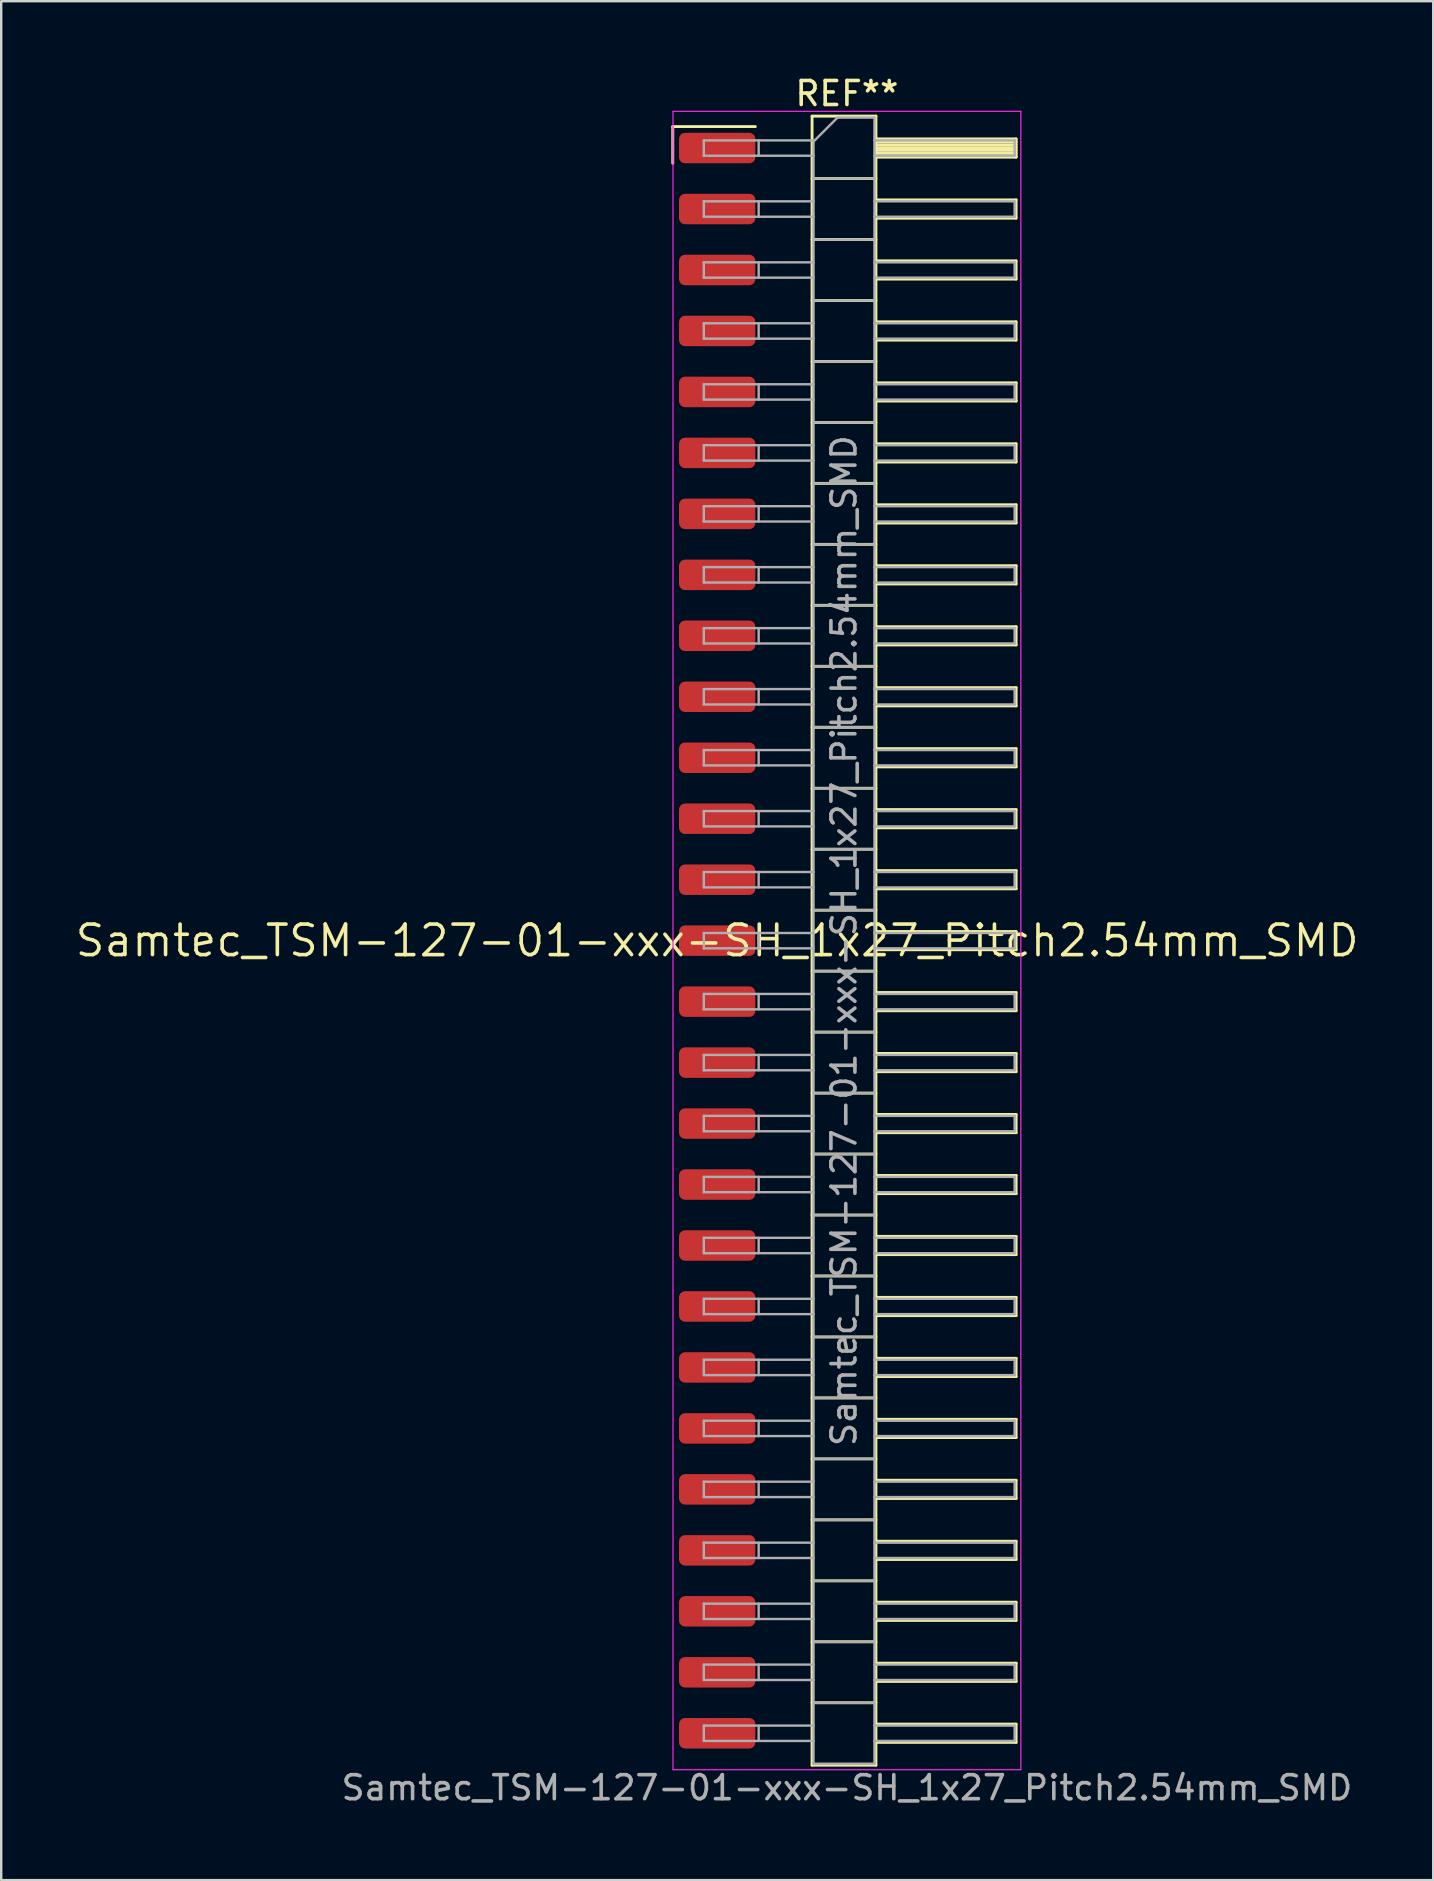
<source format=kicad_pcb>
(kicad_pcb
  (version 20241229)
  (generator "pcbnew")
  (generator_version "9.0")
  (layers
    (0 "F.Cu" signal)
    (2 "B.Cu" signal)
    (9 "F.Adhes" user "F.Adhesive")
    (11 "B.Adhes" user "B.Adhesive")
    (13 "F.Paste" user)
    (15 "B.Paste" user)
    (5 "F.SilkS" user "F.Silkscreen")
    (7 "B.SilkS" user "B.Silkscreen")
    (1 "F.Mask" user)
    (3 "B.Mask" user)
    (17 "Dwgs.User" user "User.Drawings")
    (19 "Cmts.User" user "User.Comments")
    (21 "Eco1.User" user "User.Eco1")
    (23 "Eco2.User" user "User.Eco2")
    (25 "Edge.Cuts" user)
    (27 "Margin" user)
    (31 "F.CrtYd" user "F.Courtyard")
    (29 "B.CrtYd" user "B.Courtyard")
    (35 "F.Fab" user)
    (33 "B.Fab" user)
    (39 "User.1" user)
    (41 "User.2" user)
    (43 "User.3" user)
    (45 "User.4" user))
  (footprint "Samtec_TSM-127-01-xxx-SH_1x27_Pitch2.54mm_SMD"
    (layer "F.Cu")
    (at 26.828 36.138)
    (property "Reference" "Samtec_TSM-127-01-xxx-SH_1x27_Pitch2.54mm_SMD" (at 0 0 0) (layer "F.SilkS") (effects (font (size 1.27 1.27) (thickness 0.15))))
    (attr smd)
    (fp_line (start -1.85 -33.915) (end 1.59 -33.915) (stroke (width 0.12) (type solid)) (layer "F.SilkS"))
    (fp_line (start -1.85 -32.385) (end -1.85 -33.915) (stroke (width 0.12) (type solid)) (layer "F.SilkS"))
    (fp_line (start 3.953 -34.35) (end 6.613 -34.35) (stroke (width 0.12) (type solid)) (layer "F.SilkS"))
    (fp_line (start 3.953 -31.75) (end 6.613 -31.75) (stroke (width 0.12) (type solid)) (layer "F.SilkS"))
    (fp_line (start 3.953 -29.21) (end 6.613 -29.21) (stroke (width 0.12) (type solid)) (layer "F.SilkS"))
    (fp_line (start 3.953 -26.67) (end 6.613 -26.67) (stroke (width 0.12) (type solid)) (layer "F.SilkS"))
    (fp_line (start 3.953 -24.13) (end 6.613 -24.13) (stroke (width 0.12) (type solid)) (layer "F.SilkS"))
    (fp_line (start 3.953 -21.59) (end 6.613 -21.59) (stroke (width 0.12) (type solid)) (layer "F.SilkS"))
    (fp_line (start 3.953 -19.05) (end 6.613 -19.05) (stroke (width 0.12) (type solid)) (layer "F.SilkS"))
    (fp_line (start 3.953 -16.51) (end 6.613 -16.51) (stroke (width 0.12) (type solid)) (layer "F.SilkS"))
    (fp_line (start 3.953 -13.97) (end 6.613 -13.97) (stroke (width 0.12) (type solid)) (layer "F.SilkS"))
    (fp_line (start 3.953 -11.43) (end 6.613 -11.43) (stroke (width 0.12) (type solid)) (layer "F.SilkS"))
    (fp_line (start 3.953 -8.89) (end 6.613 -8.89) (stroke (width 0.12) (type solid)) (layer "F.SilkS"))
    (fp_line (start 3.953 -6.35) (end 6.613 -6.35) (stroke (width 0.12) (type solid)) (layer "F.SilkS"))
    (fp_line (start 3.953 -3.81) (end 6.613 -3.81) (stroke (width 0.12) (type solid)) (layer "F.SilkS"))
    (fp_line (start 3.953 -1.27) (end 6.613 -1.27) (stroke (width 0.12) (type solid)) (layer "F.SilkS"))
    (fp_line (start 3.953 1.27) (end 6.613 1.27) (stroke (width 0.12) (type solid)) (layer "F.SilkS"))
    (fp_line (start 3.953 3.81) (end 6.613 3.81) (stroke (width 0.12) (type solid)) (layer "F.SilkS"))
    (fp_line (start 3.953 6.35) (end 6.613 6.35) (stroke (width 0.12) (type solid)) (layer "F.SilkS"))
    (fp_line (start 3.953 8.89) (end 6.613 8.89) (stroke (width 0.12) (type solid)) (layer "F.SilkS"))
    (fp_line (start 3.953 11.43) (end 6.613 11.43) (stroke (width 0.12) (type solid)) (layer "F.SilkS"))
    (fp_line (start 3.953 13.97) (end 6.613 13.97) (stroke (width 0.12) (type solid)) (layer "F.SilkS"))
    (fp_line (start 3.953 16.51) (end 6.613 16.51) (stroke (width 0.12) (type solid)) (layer "F.SilkS"))
    (fp_line (start 3.953 19.05) (end 6.613 19.05) (stroke (width 0.12) (type solid)) (layer "F.SilkS"))
    (fp_line (start 3.953 21.59) (end 6.613 21.59) (stroke (width 0.12) (type solid)) (layer "F.SilkS"))
    (fp_line (start 3.953 24.13) (end 6.613 24.13) (stroke (width 0.12) (type solid)) (layer "F.SilkS"))
    (fp_line (start 3.953 26.67) (end 6.613 26.67) (stroke (width 0.12) (type solid)) (layer "F.SilkS"))
    (fp_line (start 3.953 29.21) (end 6.613 29.21) (stroke (width 0.12) (type solid)) (layer "F.SilkS"))
    (fp_line (start 3.953 31.75) (end 6.613 31.75) (stroke (width 0.12) (type solid)) (layer "F.SilkS"))
    (fp_line (start 3.953 34.35) (end 3.953 -34.35) (stroke (width 0.12) (type solid)) (layer "F.SilkS"))
    (fp_line (start 6.613 -34.35) (end 6.613 34.35) (stroke (width 0.12) (type solid)) (layer "F.SilkS"))
    (fp_line (start 6.613 -33.4) (end 12.453 -33.4) (stroke (width 0.12) (type solid)) (layer "F.SilkS"))
    (fp_line (start 6.613 -33.28) (end 12.453 -33.28) (stroke (width 0.12) (type solid)) (layer "F.SilkS"))
    (fp_line (start 6.613 -33.16) (end 12.453 -33.16) (stroke (width 0.12) (type solid)) (layer "F.SilkS"))
    (fp_line (start 6.613 -33.04) (end 12.453 -33.04) (stroke (width 0.12) (type solid)) (layer "F.SilkS"))
    (fp_line (start 6.613 -32.92) (end 12.453 -32.92) (stroke (width 0.12) (type solid)) (layer "F.SilkS"))
    (fp_line (start 6.613 -32.8) (end 12.453 -32.8) (stroke (width 0.12) (type solid)) (layer "F.SilkS"))
    (fp_line (start 6.613 -32.68) (end 12.453 -32.68) (stroke (width 0.12) (type solid)) (layer "F.SilkS"))
    (fp_line (start 6.613 -32.64) (end 12.453 -32.64) (stroke (width 0.12) (type solid)) (layer "F.SilkS"))
    (fp_line (start 6.613 -30.86) (end 12.453 -30.86) (stroke (width 0.12) (type solid)) (layer "F.SilkS"))
    (fp_line (start 6.613 -30.1) (end 12.453 -30.1) (stroke (width 0.12) (type solid)) (layer "F.SilkS"))
    (fp_line (start 6.613 -28.32) (end 12.453 -28.32) (stroke (width 0.12) (type solid)) (layer "F.SilkS"))
    (fp_line (start 6.613 -27.56) (end 12.453 -27.56) (stroke (width 0.12) (type solid)) (layer "F.SilkS"))
    (fp_line (start 6.613 -25.78) (end 12.453 -25.78) (stroke (width 0.12) (type solid)) (layer "F.SilkS"))
    (fp_line (start 6.613 -25.02) (end 12.453 -25.02) (stroke (width 0.12) (type solid)) (layer "F.SilkS"))
    (fp_line (start 6.613 -23.24) (end 12.453 -23.24) (stroke (width 0.12) (type solid)) (layer "F.SilkS"))
    (fp_line (start 6.613 -22.48) (end 12.453 -22.48) (stroke (width 0.12) (type solid)) (layer "F.SilkS"))
    (fp_line (start 6.613 -20.7) (end 12.453 -20.7) (stroke (width 0.12) (type solid)) (layer "F.SilkS"))
    (fp_line (start 6.613 -19.94) (end 12.453 -19.94) (stroke (width 0.12) (type solid)) (layer "F.SilkS"))
    (fp_line (start 6.613 -18.16) (end 12.453 -18.16) (stroke (width 0.12) (type solid)) (layer "F.SilkS"))
    (fp_line (start 6.613 -17.4) (end 12.453 -17.4) (stroke (width 0.12) (type solid)) (layer "F.SilkS"))
    (fp_line (start 6.613 -15.62) (end 12.453 -15.62) (stroke (width 0.12) (type solid)) (layer "F.SilkS"))
    (fp_line (start 6.613 -14.86) (end 12.453 -14.86) (stroke (width 0.12) (type solid)) (layer "F.SilkS"))
    (fp_line (start 6.613 -13.08) (end 12.453 -13.08) (stroke (width 0.12) (type solid)) (layer "F.SilkS"))
    (fp_line (start 6.613 -12.32) (end 12.453 -12.32) (stroke (width 0.12) (type solid)) (layer "F.SilkS"))
    (fp_line (start 6.613 -10.54) (end 12.453 -10.54) (stroke (width 0.12) (type solid)) (layer "F.SilkS"))
    (fp_line (start 6.613 -9.78) (end 12.453 -9.78) (stroke (width 0.12) (type solid)) (layer "F.SilkS"))
    (fp_line (start 6.613 -8) (end 12.453 -8) (stroke (width 0.12) (type solid)) (layer "F.SilkS"))
    (fp_line (start 6.613 -7.24) (end 12.453 -7.24) (stroke (width 0.12) (type solid)) (layer "F.SilkS"))
    (fp_line (start 6.613 -5.46) (end 12.453 -5.46) (stroke (width 0.12) (type solid)) (layer "F.SilkS"))
    (fp_line (start 6.613 -4.7) (end 12.453 -4.7) (stroke (width 0.12) (type solid)) (layer "F.SilkS"))
    (fp_line (start 6.613 -2.92) (end 12.453 -2.92) (stroke (width 0.12) (type solid)) (layer "F.SilkS"))
    (fp_line (start 6.613 -2.16) (end 12.453 -2.16) (stroke (width 0.12) (type solid)) (layer "F.SilkS"))
    (fp_line (start 6.613 -0.38) (end 12.453 -0.38) (stroke (width 0.12) (type solid)) (layer "F.SilkS"))
    (fp_line (start 6.613 0.38) (end 12.453 0.38) (stroke (width 0.12) (type solid)) (layer "F.SilkS"))
    (fp_line (start 6.613 2.16) (end 12.453 2.16) (stroke (width 0.12) (type solid)) (layer "F.SilkS"))
    (fp_line (start 6.613 2.92) (end 12.453 2.92) (stroke (width 0.12) (type solid)) (layer "F.SilkS"))
    (fp_line (start 6.613 4.7) (end 12.453 4.7) (stroke (width 0.12) (type solid)) (layer "F.SilkS"))
    (fp_line (start 6.613 5.46) (end 12.453 5.46) (stroke (width 0.12) (type solid)) (layer "F.SilkS"))
    (fp_line (start 6.613 7.24) (end 12.453 7.24) (stroke (width 0.12) (type solid)) (layer "F.SilkS"))
    (fp_line (start 6.613 8) (end 12.453 8) (stroke (width 0.12) (type solid)) (layer "F.SilkS"))
    (fp_line (start 6.613 9.78) (end 12.453 9.78) (stroke (width 0.12) (type solid)) (layer "F.SilkS"))
    (fp_line (start 6.613 10.54) (end 12.453 10.54) (stroke (width 0.12) (type solid)) (layer "F.SilkS"))
    (fp_line (start 6.613 12.32) (end 12.453 12.32) (stroke (width 0.12) (type solid)) (layer "F.SilkS"))
    (fp_line (start 6.613 13.08) (end 12.453 13.08) (stroke (width 0.12) (type solid)) (layer "F.SilkS"))
    (fp_line (start 6.613 14.86) (end 12.453 14.86) (stroke (width 0.12) (type solid)) (layer "F.SilkS"))
    (fp_line (start 6.613 15.62) (end 12.453 15.62) (stroke (width 0.12) (type solid)) (layer "F.SilkS"))
    (fp_line (start 6.613 17.4) (end 12.453 17.4) (stroke (width 0.12) (type solid)) (layer "F.SilkS"))
    (fp_line (start 6.613 18.16) (end 12.453 18.16) (stroke (width 0.12) (type solid)) (layer "F.SilkS"))
    (fp_line (start 6.613 19.94) (end 12.453 19.94) (stroke (width 0.12) (type solid)) (layer "F.SilkS"))
    (fp_line (start 6.613 20.7) (end 12.453 20.7) (stroke (width 0.12) (type solid)) (layer "F.SilkS"))
    (fp_line (start 6.613 22.48) (end 12.453 22.48) (stroke (width 0.12) (type solid)) (layer "F.SilkS"))
    (fp_line (start 6.613 23.24) (end 12.453 23.24) (stroke (width 0.12) (type solid)) (layer "F.SilkS"))
    (fp_line (start 6.613 25.02) (end 12.453 25.02) (stroke (width 0.12) (type solid)) (layer "F.SilkS"))
    (fp_line (start 6.613 25.78) (end 12.453 25.78) (stroke (width 0.12) (type solid)) (layer "F.SilkS"))
    (fp_line (start 6.613 27.56) (end 12.453 27.56) (stroke (width 0.12) (type solid)) (layer "F.SilkS"))
    (fp_line (start 6.613 28.32) (end 12.453 28.32) (stroke (width 0.12) (type solid)) (layer "F.SilkS"))
    (fp_line (start 6.613 30.1) (end 12.453 30.1) (stroke (width 0.12) (type solid)) (layer "F.SilkS"))
    (fp_line (start 6.613 30.86) (end 12.453 30.86) (stroke (width 0.12) (type solid)) (layer "F.SilkS"))
    (fp_line (start 6.613 32.64) (end 12.453 32.64) (stroke (width 0.12) (type solid)) (layer "F.SilkS"))
    (fp_line (start 6.613 33.4) (end 12.453 33.4) (stroke (width 0.12) (type solid)) (layer "F.SilkS"))
    (fp_line (start 6.613 34.35) (end 3.953 34.35) (stroke (width 0.12) (type solid)) (layer "F.SilkS"))
    (fp_line (start 12.453 -33.4) (end 12.453 -32.64) (stroke (width 0.12) (type solid)) (layer "F.SilkS"))
    (fp_line (start 12.453 -30.86) (end 12.453 -30.1) (stroke (width 0.12) (type solid)) (layer "F.SilkS"))
    (fp_line (start 12.453 -28.32) (end 12.453 -27.56) (stroke (width 0.12) (type solid)) (layer "F.SilkS"))
    (fp_line (start 12.453 -25.78) (end 12.453 -25.02) (stroke (width 0.12) (type solid)) (layer "F.SilkS"))
    (fp_line (start 12.453 -23.24) (end 12.453 -22.48) (stroke (width 0.12) (type solid)) (layer "F.SilkS"))
    (fp_line (start 12.453 -20.7) (end 12.453 -19.94) (stroke (width 0.12) (type solid)) (layer "F.SilkS"))
    (fp_line (start 12.453 -18.16) (end 12.453 -17.4) (stroke (width 0.12) (type solid)) (layer "F.SilkS"))
    (fp_line (start 12.453 -15.62) (end 12.453 -14.86) (stroke (width 0.12) (type solid)) (layer "F.SilkS"))
    (fp_line (start 12.453 -13.08) (end 12.453 -12.32) (stroke (width 0.12) (type solid)) (layer "F.SilkS"))
    (fp_line (start 12.453 -10.54) (end 12.453 -9.78) (stroke (width 0.12) (type solid)) (layer "F.SilkS"))
    (fp_line (start 12.453 -8) (end 12.453 -7.24) (stroke (width 0.12) (type solid)) (layer "F.SilkS"))
    (fp_line (start 12.453 -5.46) (end 12.453 -4.7) (stroke (width 0.12) (type solid)) (layer "F.SilkS"))
    (fp_line (start 12.453 -2.92) (end 12.453 -2.16) (stroke (width 0.12) (type solid)) (layer "F.SilkS"))
    (fp_line (start 12.453 -0.38) (end 12.453 0.38) (stroke (width 0.12) (type solid)) (layer "F.SilkS"))
    (fp_line (start 12.453 2.16) (end 12.453 2.92) (stroke (width 0.12) (type solid)) (layer "F.SilkS"))
    (fp_line (start 12.453 4.7) (end 12.453 5.46) (stroke (width 0.12) (type solid)) (layer "F.SilkS"))
    (fp_line (start 12.453 7.24) (end 12.453 8) (stroke (width 0.12) (type solid)) (layer "F.SilkS"))
    (fp_line (start 12.453 9.78) (end 12.453 10.54) (stroke (width 0.12) (type solid)) (layer "F.SilkS"))
    (fp_line (start 12.453 12.32) (end 12.453 13.08) (stroke (width 0.12) (type solid)) (layer "F.SilkS"))
    (fp_line (start 12.453 14.86) (end 12.453 15.62) (stroke (width 0.12) (type solid)) (layer "F.SilkS"))
    (fp_line (start 12.453 17.4) (end 12.453 18.16) (stroke (width 0.12) (type solid)) (layer "F.SilkS"))
    (fp_line (start 12.453 19.94) (end 12.453 20.7) (stroke (width 0.12) (type solid)) (layer "F.SilkS"))
    (fp_line (start 12.453 22.48) (end 12.453 23.24) (stroke (width 0.12) (type solid)) (layer "F.SilkS"))
    (fp_line (start 12.453 25.02) (end 12.453 25.78) (stroke (width 0.12) (type solid)) (layer "F.SilkS"))
    (fp_line (start 12.453 27.56) (end 12.453 28.32) (stroke (width 0.12) (type solid)) (layer "F.SilkS"))
    (fp_line (start 12.453 30.1) (end 12.453 30.86) (stroke (width 0.12) (type solid)) (layer "F.SilkS"))
    (fp_line (start 12.453 32.64) (end 12.453 33.4) (stroke (width 0.12) (type solid)) (layer "F.SilkS"))
    (fp_line (start -1.84 -34.55) (end 12.65 -34.55) (stroke (width 0.05) (type solid)) (layer "F.CrtYd"))
    (fp_line (start -1.84 34.54) (end -1.84 -34.55) (stroke (width 0.05) (type solid)) (layer "F.CrtYd"))
    (fp_line (start 12.65 -34.55) (end 12.65 34.54) (stroke (width 0.05) (type solid)) (layer "F.CrtYd"))
    (fp_line (start 12.65 34.54) (end -1.84 34.54) (stroke (width 0.05) (type solid)) (layer "F.CrtYd"))
    (fp_line (start -0.557 -33.34) (end -0.557 -32.7) (stroke (width 0.1) (type solid)) (layer "F.Fab"))
    (fp_line (start -0.557 -33.34) (end 4.013 -33.34) (stroke (width 0.1) (type solid)) (layer "F.Fab"))
    (fp_line (start -0.557 -32.7) (end 4.013 -32.7) (stroke (width 0.1) (type solid)) (layer "F.Fab"))
    (fp_line (start -0.557 -30.8) (end -0.557 -30.16) (stroke (width 0.1) (type solid)) (layer "F.Fab"))
    (fp_line (start -0.557 -30.8) (end 4.013 -30.8) (stroke (width 0.1) (type solid)) (layer "F.Fab"))
    (fp_line (start -0.557 -30.16) (end 4.013 -30.16) (stroke (width 0.1) (type solid)) (layer "F.Fab"))
    (fp_line (start -0.557 -28.26) (end -0.557 -27.62) (stroke (width 0.1) (type solid)) (layer "F.Fab"))
    (fp_line (start -0.557 -28.26) (end 4.013 -28.26) (stroke (width 0.1) (type solid)) (layer "F.Fab"))
    (fp_line (start -0.557 -27.62) (end 4.013 -27.62) (stroke (width 0.1) (type solid)) (layer "F.Fab"))
    (fp_line (start -0.557 -25.72) (end -0.557 -25.08) (stroke (width 0.1) (type solid)) (layer "F.Fab"))
    (fp_line (start -0.557 -25.72) (end 4.013 -25.72) (stroke (width 0.1) (type solid)) (layer "F.Fab"))
    (fp_line (start -0.557 -25.08) (end 4.013 -25.08) (stroke (width 0.1) (type solid)) (layer "F.Fab"))
    (fp_line (start -0.557 -23.18) (end -0.557 -22.54) (stroke (width 0.1) (type solid)) (layer "F.Fab"))
    (fp_line (start -0.557 -23.18) (end 4.013 -23.18) (stroke (width 0.1) (type solid)) (layer "F.Fab"))
    (fp_line (start -0.557 -22.54) (end 4.013 -22.54) (stroke (width 0.1) (type solid)) (layer "F.Fab"))
    (fp_line (start -0.557 -20.64) (end -0.557 -20) (stroke (width 0.1) (type solid)) (layer "F.Fab"))
    (fp_line (start -0.557 -20.64) (end 4.013 -20.64) (stroke (width 0.1) (type solid)) (layer "F.Fab"))
    (fp_line (start -0.557 -20) (end 4.013 -20) (stroke (width 0.1) (type solid)) (layer "F.Fab"))
    (fp_line (start -0.557 -18.1) (end -0.557 -17.46) (stroke (width 0.1) (type solid)) (layer "F.Fab"))
    (fp_line (start -0.557 -18.1) (end 4.013 -18.1) (stroke (width 0.1) (type solid)) (layer "F.Fab"))
    (fp_line (start -0.557 -17.46) (end 4.013 -17.46) (stroke (width 0.1) (type solid)) (layer "F.Fab"))
    (fp_line (start -0.557 -15.56) (end -0.557 -14.92) (stroke (width 0.1) (type solid)) (layer "F.Fab"))
    (fp_line (start -0.557 -15.56) (end 4.013 -15.56) (stroke (width 0.1) (type solid)) (layer "F.Fab"))
    (fp_line (start -0.557 -14.92) (end 4.013 -14.92) (stroke (width 0.1) (type solid)) (layer "F.Fab"))
    (fp_line (start -0.557 -13.02) (end -0.557 -12.38) (stroke (width 0.1) (type solid)) (layer "F.Fab"))
    (fp_line (start -0.557 -13.02) (end 4.013 -13.02) (stroke (width 0.1) (type solid)) (layer "F.Fab"))
    (fp_line (start -0.557 -12.38) (end 4.013 -12.38) (stroke (width 0.1) (type solid)) (layer "F.Fab"))
    (fp_line (start -0.557 -10.48) (end -0.557 -9.84) (stroke (width 0.1) (type solid)) (layer "F.Fab"))
    (fp_line (start -0.557 -10.48) (end 4.013 -10.48) (stroke (width 0.1) (type solid)) (layer "F.Fab"))
    (fp_line (start -0.557 -9.84) (end 4.013 -9.84) (stroke (width 0.1) (type solid)) (layer "F.Fab"))
    (fp_line (start -0.557 -7.94) (end -0.557 -7.3) (stroke (width 0.1) (type solid)) (layer "F.Fab"))
    (fp_line (start -0.557 -7.94) (end 4.013 -7.94) (stroke (width 0.1) (type solid)) (layer "F.Fab"))
    (fp_line (start -0.557 -7.3) (end 4.013 -7.3) (stroke (width 0.1) (type solid)) (layer "F.Fab"))
    (fp_line (start -0.557 -5.4) (end -0.557 -4.76) (stroke (width 0.1) (type solid)) (layer "F.Fab"))
    (fp_line (start -0.557 -5.4) (end 4.013 -5.4) (stroke (width 0.1) (type solid)) (layer "F.Fab"))
    (fp_line (start -0.557 -4.76) (end 4.013 -4.76) (stroke (width 0.1) (type solid)) (layer "F.Fab"))
    (fp_line (start -0.557 -2.86) (end -0.557 -2.22) (stroke (width 0.1) (type solid)) (layer "F.Fab"))
    (fp_line (start -0.557 -2.86) (end 4.013 -2.86) (stroke (width 0.1) (type solid)) (layer "F.Fab"))
    (fp_line (start -0.557 -2.22) (end 4.013 -2.22) (stroke (width 0.1) (type solid)) (layer "F.Fab"))
    (fp_line (start -0.557 -0.32) (end -0.557 0.32) (stroke (width 0.1) (type solid)) (layer "F.Fab"))
    (fp_line (start -0.557 -0.32) (end 4.013 -0.32) (stroke (width 0.1) (type solid)) (layer "F.Fab"))
    (fp_line (start -0.557 0.32) (end 4.013 0.32) (stroke (width 0.1) (type solid)) (layer "F.Fab"))
    (fp_line (start -0.557 2.22) (end -0.557 2.86) (stroke (width 0.1) (type solid)) (layer "F.Fab"))
    (fp_line (start -0.557 2.22) (end 4.013 2.22) (stroke (width 0.1) (type solid)) (layer "F.Fab"))
    (fp_line (start -0.557 2.86) (end 4.013 2.86) (stroke (width 0.1) (type solid)) (layer "F.Fab"))
    (fp_line (start -0.557 4.76) (end -0.557 5.4) (stroke (width 0.1) (type solid)) (layer "F.Fab"))
    (fp_line (start -0.557 4.76) (end 4.013 4.76) (stroke (width 0.1) (type solid)) (layer "F.Fab"))
    (fp_line (start -0.557 5.4) (end 4.013 5.4) (stroke (width 0.1) (type solid)) (layer "F.Fab"))
    (fp_line (start -0.557 7.3) (end -0.557 7.94) (stroke (width 0.1) (type solid)) (layer "F.Fab"))
    (fp_line (start -0.557 7.3) (end 4.013 7.3) (stroke (width 0.1) (type solid)) (layer "F.Fab"))
    (fp_line (start -0.557 7.94) (end 4.013 7.94) (stroke (width 0.1) (type solid)) (layer "F.Fab"))
    (fp_line (start -0.557 9.84) (end -0.557 10.48) (stroke (width 0.1) (type solid)) (layer "F.Fab"))
    (fp_line (start -0.557 9.84) (end 4.013 9.84) (stroke (width 0.1) (type solid)) (layer "F.Fab"))
    (fp_line (start -0.557 10.48) (end 4.013 10.48) (stroke (width 0.1) (type solid)) (layer "F.Fab"))
    (fp_line (start -0.557 12.38) (end -0.557 13.02) (stroke (width 0.1) (type solid)) (layer "F.Fab"))
    (fp_line (start -0.557 12.38) (end 4.013 12.38) (stroke (width 0.1) (type solid)) (layer "F.Fab"))
    (fp_line (start -0.557 13.02) (end 4.013 13.02) (stroke (width 0.1) (type solid)) (layer "F.Fab"))
    (fp_line (start -0.557 14.92) (end -0.557 15.56) (stroke (width 0.1) (type solid)) (layer "F.Fab"))
    (fp_line (start -0.557 14.92) (end 4.013 14.92) (stroke (width 0.1) (type solid)) (layer "F.Fab"))
    (fp_line (start -0.557 15.56) (end 4.013 15.56) (stroke (width 0.1) (type solid)) (layer "F.Fab"))
    (fp_line (start -0.557 17.46) (end -0.557 18.1) (stroke (width 0.1) (type solid)) (layer "F.Fab"))
    (fp_line (start -0.557 17.46) (end 4.013 17.46) (stroke (width 0.1) (type solid)) (layer "F.Fab"))
    (fp_line (start -0.557 18.1) (end 4.013 18.1) (stroke (width 0.1) (type solid)) (layer "F.Fab"))
    (fp_line (start -0.557 20) (end -0.557 20.64) (stroke (width 0.1) (type solid)) (layer "F.Fab"))
    (fp_line (start -0.557 20) (end 4.013 20) (stroke (width 0.1) (type solid)) (layer "F.Fab"))
    (fp_line (start -0.557 20.64) (end 4.013 20.64) (stroke (width 0.1) (type solid)) (layer "F.Fab"))
    (fp_line (start -0.557 22.54) (end -0.557 23.18) (stroke (width 0.1) (type solid)) (layer "F.Fab"))
    (fp_line (start -0.557 22.54) (end 4.013 22.54) (stroke (width 0.1) (type solid)) (layer "F.Fab"))
    (fp_line (start -0.557 23.18) (end 4.013 23.18) (stroke (width 0.1) (type solid)) (layer "F.Fab"))
    (fp_line (start -0.557 25.08) (end -0.557 25.72) (stroke (width 0.1) (type solid)) (layer "F.Fab"))
    (fp_line (start -0.557 25.08) (end 4.013 25.08) (stroke (width 0.1) (type solid)) (layer "F.Fab"))
    (fp_line (start -0.557 25.72) (end 4.013 25.72) (stroke (width 0.1) (type solid)) (layer "F.Fab"))
    (fp_line (start -0.557 27.62) (end -0.557 28.26) (stroke (width 0.1) (type solid)) (layer "F.Fab"))
    (fp_line (start -0.557 27.62) (end 4.013 27.62) (stroke (width 0.1) (type solid)) (layer "F.Fab"))
    (fp_line (start -0.557 28.26) (end 4.013 28.26) (stroke (width 0.1) (type solid)) (layer "F.Fab"))
    (fp_line (start -0.557 30.16) (end -0.557 30.8) (stroke (width 0.1) (type solid)) (layer "F.Fab"))
    (fp_line (start -0.557 30.16) (end 4.013 30.16) (stroke (width 0.1) (type solid)) (layer "F.Fab"))
    (fp_line (start -0.557 30.8) (end 4.013 30.8) (stroke (width 0.1) (type solid)) (layer "F.Fab"))
    (fp_line (start -0.557 32.7) (end -0.557 33.34) (stroke (width 0.1) (type solid)) (layer "F.Fab"))
    (fp_line (start -0.557 32.7) (end 4.013 32.7) (stroke (width 0.1) (type solid)) (layer "F.Fab"))
    (fp_line (start -0.557 33.34) (end 4.013 33.34) (stroke (width 0.1) (type solid)) (layer "F.Fab"))
    (fp_line (start 1.728 -33.34) (end 1.728 -32.7) (stroke (width 0.1) (type solid)) (layer "F.Fab"))
    (fp_line (start 1.728 -30.8) (end 1.728 -30.16) (stroke (width 0.1) (type solid)) (layer "F.Fab"))
    (fp_line (start 1.728 -28.26) (end 1.728 -27.62) (stroke (width 0.1) (type solid)) (layer "F.Fab"))
    (fp_line (start 1.728 -25.72) (end 1.728 -25.08) (stroke (width 0.1) (type solid)) (layer "F.Fab"))
    (fp_line (start 1.728 -23.18) (end 1.728 -22.54) (stroke (width 0.1) (type solid)) (layer "F.Fab"))
    (fp_line (start 1.728 -20.64) (end 1.728 -20) (stroke (width 0.1) (type solid)) (layer "F.Fab"))
    (fp_line (start 1.728 -18.1) (end 1.728 -17.46) (stroke (width 0.1) (type solid)) (layer "F.Fab"))
    (fp_line (start 1.728 -15.56) (end 1.728 -14.92) (stroke (width 0.1) (type solid)) (layer "F.Fab"))
    (fp_line (start 1.728 -13.02) (end 1.728 -12.38) (stroke (width 0.1) (type solid)) (layer "F.Fab"))
    (fp_line (start 1.728 -10.48) (end 1.728 -9.84) (stroke (width 0.1) (type solid)) (layer "F.Fab"))
    (fp_line (start 1.728 -7.94) (end 1.728 -7.3) (stroke (width 0.1) (type solid)) (layer "F.Fab"))
    (fp_line (start 1.728 -5.4) (end 1.728 -4.76) (stroke (width 0.1) (type solid)) (layer "F.Fab"))
    (fp_line (start 1.728 -2.86) (end 1.728 -2.22) (stroke (width 0.1) (type solid)) (layer "F.Fab"))
    (fp_line (start 1.728 -0.32) (end 1.728 0.32) (stroke (width 0.1) (type solid)) (layer "F.Fab"))
    (fp_line (start 1.728 2.22) (end 1.728 2.86) (stroke (width 0.1) (type solid)) (layer "F.Fab"))
    (fp_line (start 1.728 4.76) (end 1.728 5.4) (stroke (width 0.1) (type solid)) (layer "F.Fab"))
    (fp_line (start 1.728 7.3) (end 1.728 7.94) (stroke (width 0.1) (type solid)) (layer "F.Fab"))
    (fp_line (start 1.728 9.84) (end 1.728 10.48) (stroke (width 0.1) (type solid)) (layer "F.Fab"))
    (fp_line (start 1.728 12.38) (end 1.728 13.02) (stroke (width 0.1) (type solid)) (layer "F.Fab"))
    (fp_line (start 1.728 14.92) (end 1.728 15.56) (stroke (width 0.1) (type solid)) (layer "F.Fab"))
    (fp_line (start 1.728 17.46) (end 1.728 18.1) (stroke (width 0.1) (type solid)) (layer "F.Fab"))
    (fp_line (start 1.728 20) (end 1.728 20.64) (stroke (width 0.1) (type solid)) (layer "F.Fab"))
    (fp_line (start 1.728 22.54) (end 1.728 23.18) (stroke (width 0.1) (type solid)) (layer "F.Fab"))
    (fp_line (start 1.728 25.08) (end 1.728 25.72) (stroke (width 0.1) (type solid)) (layer "F.Fab"))
    (fp_line (start 1.728 27.62) (end 1.728 28.26) (stroke (width 0.1) (type solid)) (layer "F.Fab"))
    (fp_line (start 1.728 30.16) (end 1.728 30.8) (stroke (width 0.1) (type solid)) (layer "F.Fab"))
    (fp_line (start 1.728 32.7) (end 1.728 33.34) (stroke (width 0.1) (type solid)) (layer "F.Fab"))
    (fp_line (start 4.013 -33.29) (end 5.013 -34.29) (stroke (width 0.1) (type solid)) (layer "F.Fab"))
    (fp_line (start 4.013 -31.75) (end 6.553 -31.75) (stroke (width 0.1) (type solid)) (layer "F.Fab"))
    (fp_line (start 4.013 -29.21) (end 6.553 -29.21) (stroke (width 0.1) (type solid)) (layer "F.Fab"))
    (fp_line (start 4.013 -26.67) (end 6.553 -26.67) (stroke (width 0.1) (type solid)) (layer "F.Fab"))
    (fp_line (start 4.013 -24.13) (end 6.553 -24.13) (stroke (width 0.1) (type solid)) (layer "F.Fab"))
    (fp_line (start 4.013 -21.59) (end 6.553 -21.59) (stroke (width 0.1) (type solid)) (layer "F.Fab"))
    (fp_line (start 4.013 -19.05) (end 6.553 -19.05) (stroke (width 0.1) (type solid)) (layer "F.Fab"))
    (fp_line (start 4.013 -16.51) (end 6.553 -16.51) (stroke (width 0.1) (type solid)) (layer "F.Fab"))
    (fp_line (start 4.013 -13.97) (end 6.553 -13.97) (stroke (width 0.1) (type solid)) (layer "F.Fab"))
    (fp_line (start 4.013 -11.43) (end 6.553 -11.43) (stroke (width 0.1) (type solid)) (layer "F.Fab"))
    (fp_line (start 4.013 -8.89) (end 6.553 -8.89) (stroke (width 0.1) (type solid)) (layer "F.Fab"))
    (fp_line (start 4.013 -6.35) (end 6.553 -6.35) (stroke (width 0.1) (type solid)) (layer "F.Fab"))
    (fp_line (start 4.013 -3.81) (end 6.553 -3.81) (stroke (width 0.1) (type solid)) (layer "F.Fab"))
    (fp_line (start 4.013 -1.27) (end 6.553 -1.27) (stroke (width 0.1) (type solid)) (layer "F.Fab"))
    (fp_line (start 4.013 1.27) (end 6.553 1.27) (stroke (width 0.1) (type solid)) (layer "F.Fab"))
    (fp_line (start 4.013 3.81) (end 6.553 3.81) (stroke (width 0.1) (type solid)) (layer "F.Fab"))
    (fp_line (start 4.013 6.35) (end 6.553 6.35) (stroke (width 0.1) (type solid)) (layer "F.Fab"))
    (fp_line (start 4.013 8.89) (end 6.553 8.89) (stroke (width 0.1) (type solid)) (layer "F.Fab"))
    (fp_line (start 4.013 11.43) (end 6.553 11.43) (stroke (width 0.1) (type solid)) (layer "F.Fab"))
    (fp_line (start 4.013 13.97) (end 6.553 13.97) (stroke (width 0.1) (type solid)) (layer "F.Fab"))
    (fp_line (start 4.013 16.51) (end 6.553 16.51) (stroke (width 0.1) (type solid)) (layer "F.Fab"))
    (fp_line (start 4.013 19.05) (end 6.553 19.05) (stroke (width 0.1) (type solid)) (layer "F.Fab"))
    (fp_line (start 4.013 21.59) (end 6.553 21.59) (stroke (width 0.1) (type solid)) (layer "F.Fab"))
    (fp_line (start 4.013 24.13) (end 6.553 24.13) (stroke (width 0.1) (type solid)) (layer "F.Fab"))
    (fp_line (start 4.013 26.67) (end 6.553 26.67) (stroke (width 0.1) (type solid)) (layer "F.Fab"))
    (fp_line (start 4.013 29.21) (end 6.553 29.21) (stroke (width 0.1) (type solid)) (layer "F.Fab"))
    (fp_line (start 4.013 31.75) (end 6.553 31.75) (stroke (width 0.1) (type solid)) (layer "F.Fab"))
    (fp_line (start 4.013 34.29) (end 4.013 -33.29) (stroke (width 0.1) (type solid)) (layer "F.Fab"))
    (fp_line (start 5.013 -34.29) (end 6.553 -34.29) (stroke (width 0.1) (type solid)) (layer "F.Fab"))
    (fp_line (start 6.553 -34.29) (end 6.553 34.29) (stroke (width 0.1) (type solid)) (layer "F.Fab"))
    (fp_line (start 6.553 -33.34) (end 12.393 -33.34) (stroke (width 0.1) (type solid)) (layer "F.Fab"))
    (fp_line (start 6.553 -32.7) (end 12.393 -32.7) (stroke (width 0.1) (type solid)) (layer "F.Fab"))
    (fp_line (start 6.553 -30.8) (end 12.393 -30.8) (stroke (width 0.1) (type solid)) (layer "F.Fab"))
    (fp_line (start 6.553 -30.16) (end 12.393 -30.16) (stroke (width 0.1) (type solid)) (layer "F.Fab"))
    (fp_line (start 6.553 -28.26) (end 12.393 -28.26) (stroke (width 0.1) (type solid)) (layer "F.Fab"))
    (fp_line (start 6.553 -27.62) (end 12.393 -27.62) (stroke (width 0.1) (type solid)) (layer "F.Fab"))
    (fp_line (start 6.553 -25.72) (end 12.393 -25.72) (stroke (width 0.1) (type solid)) (layer "F.Fab"))
    (fp_line (start 6.553 -25.08) (end 12.393 -25.08) (stroke (width 0.1) (type solid)) (layer "F.Fab"))
    (fp_line (start 6.553 -23.18) (end 12.393 -23.18) (stroke (width 0.1) (type solid)) (layer "F.Fab"))
    (fp_line (start 6.553 -22.54) (end 12.393 -22.54) (stroke (width 0.1) (type solid)) (layer "F.Fab"))
    (fp_line (start 6.553 -20.64) (end 12.393 -20.64) (stroke (width 0.1) (type solid)) (layer "F.Fab"))
    (fp_line (start 6.553 -20) (end 12.393 -20) (stroke (width 0.1) (type solid)) (layer "F.Fab"))
    (fp_line (start 6.553 -18.1) (end 12.393 -18.1) (stroke (width 0.1) (type solid)) (layer "F.Fab"))
    (fp_line (start 6.553 -17.46) (end 12.393 -17.46) (stroke (width 0.1) (type solid)) (layer "F.Fab"))
    (fp_line (start 6.553 -15.56) (end 12.393 -15.56) (stroke (width 0.1) (type solid)) (layer "F.Fab"))
    (fp_line (start 6.553 -14.92) (end 12.393 -14.92) (stroke (width 0.1) (type solid)) (layer "F.Fab"))
    (fp_line (start 6.553 -13.02) (end 12.393 -13.02) (stroke (width 0.1) (type solid)) (layer "F.Fab"))
    (fp_line (start 6.553 -12.38) (end 12.393 -12.38) (stroke (width 0.1) (type solid)) (layer "F.Fab"))
    (fp_line (start 6.553 -10.48) (end 12.393 -10.48) (stroke (width 0.1) (type solid)) (layer "F.Fab"))
    (fp_line (start 6.553 -9.84) (end 12.393 -9.84) (stroke (width 0.1) (type solid)) (layer "F.Fab"))
    (fp_line (start 6.553 -7.94) (end 12.393 -7.94) (stroke (width 0.1) (type solid)) (layer "F.Fab"))
    (fp_line (start 6.553 -7.3) (end 12.393 -7.3) (stroke (width 0.1) (type solid)) (layer "F.Fab"))
    (fp_line (start 6.553 -5.4) (end 12.393 -5.4) (stroke (width 0.1) (type solid)) (layer "F.Fab"))
    (fp_line (start 6.553 -4.76) (end 12.393 -4.76) (stroke (width 0.1) (type solid)) (layer "F.Fab"))
    (fp_line (start 6.553 -2.86) (end 12.393 -2.86) (stroke (width 0.1) (type solid)) (layer "F.Fab"))
    (fp_line (start 6.553 -2.22) (end 12.393 -2.22) (stroke (width 0.1) (type solid)) (layer "F.Fab"))
    (fp_line (start 6.553 -0.32) (end 12.393 -0.32) (stroke (width 0.1) (type solid)) (layer "F.Fab"))
    (fp_line (start 6.553 0.32) (end 12.393 0.32) (stroke (width 0.1) (type solid)) (layer "F.Fab"))
    (fp_line (start 6.553 2.22) (end 12.393 2.22) (stroke (width 0.1) (type solid)) (layer "F.Fab"))
    (fp_line (start 6.553 2.86) (end 12.393 2.86) (stroke (width 0.1) (type solid)) (layer "F.Fab"))
    (fp_line (start 6.553 4.76) (end 12.393 4.76) (stroke (width 0.1) (type solid)) (layer "F.Fab"))
    (fp_line (start 6.553 5.4) (end 12.393 5.4) (stroke (width 0.1) (type solid)) (layer "F.Fab"))
    (fp_line (start 6.553 7.3) (end 12.393 7.3) (stroke (width 0.1) (type solid)) (layer "F.Fab"))
    (fp_line (start 6.553 7.94) (end 12.393 7.94) (stroke (width 0.1) (type solid)) (layer "F.Fab"))
    (fp_line (start 6.553 9.84) (end 12.393 9.84) (stroke (width 0.1) (type solid)) (layer "F.Fab"))
    (fp_line (start 6.553 10.48) (end 12.393 10.48) (stroke (width 0.1) (type solid)) (layer "F.Fab"))
    (fp_line (start 6.553 12.38) (end 12.393 12.38) (stroke (width 0.1) (type solid)) (layer "F.Fab"))
    (fp_line (start 6.553 13.02) (end 12.393 13.02) (stroke (width 0.1) (type solid)) (layer "F.Fab"))
    (fp_line (start 6.553 14.92) (end 12.393 14.92) (stroke (width 0.1) (type solid)) (layer "F.Fab"))
    (fp_line (start 6.553 15.56) (end 12.393 15.56) (stroke (width 0.1) (type solid)) (layer "F.Fab"))
    (fp_line (start 6.553 17.46) (end 12.393 17.46) (stroke (width 0.1) (type solid)) (layer "F.Fab"))
    (fp_line (start 6.553 18.1) (end 12.393 18.1) (stroke (width 0.1) (type solid)) (layer "F.Fab"))
    (fp_line (start 6.553 20) (end 12.393 20) (stroke (width 0.1) (type solid)) (layer "F.Fab"))
    (fp_line (start 6.553 20.64) (end 12.393 20.64) (stroke (width 0.1) (type solid)) (layer "F.Fab"))
    (fp_line (start 6.553 22.54) (end 12.393 22.54) (stroke (width 0.1) (type solid)) (layer "F.Fab"))
    (fp_line (start 6.553 23.18) (end 12.393 23.18) (stroke (width 0.1) (type solid)) (layer "F.Fab"))
    (fp_line (start 6.553 25.08) (end 12.393 25.08) (stroke (width 0.1) (type solid)) (layer "F.Fab"))
    (fp_line (start 6.553 25.72) (end 12.393 25.72) (stroke (width 0.1) (type solid)) (layer "F.Fab"))
    (fp_line (start 6.553 27.62) (end 12.393 27.62) (stroke (width 0.1) (type solid)) (layer "F.Fab"))
    (fp_line (start 6.553 28.26) (end 12.393 28.26) (stroke (width 0.1) (type solid)) (layer "F.Fab"))
    (fp_line (start 6.553 30.16) (end 12.393 30.16) (stroke (width 0.1) (type solid)) (layer "F.Fab"))
    (fp_line (start 6.553 30.8) (end 12.393 30.8) (stroke (width 0.1) (type solid)) (layer "F.Fab"))
    (fp_line (start 6.553 32.7) (end 12.393 32.7) (stroke (width 0.1) (type solid)) (layer "F.Fab"))
    (fp_line (start 6.553 33.34) (end 12.393 33.34) (stroke (width 0.1) (type solid)) (layer "F.Fab"))
    (fp_line (start 6.553 34.29) (end 4.013 34.29) (stroke (width 0.1) (type solid)) (layer "F.Fab"))
    (fp_line (start 12.393 -33.34) (end 12.393 -32.7) (stroke (width 0.1) (type solid)) (layer "F.Fab"))
    (fp_line (start 12.393 -30.8) (end 12.393 -30.16) (stroke (width 0.1) (type solid)) (layer "F.Fab"))
    (fp_line (start 12.393 -28.26) (end 12.393 -27.62) (stroke (width 0.1) (type solid)) (layer "F.Fab"))
    (fp_line (start 12.393 -25.72) (end 12.393 -25.08) (stroke (width 0.1) (type solid)) (layer "F.Fab"))
    (fp_line (start 12.393 -23.18) (end 12.393 -22.54) (stroke (width 0.1) (type solid)) (layer "F.Fab"))
    (fp_line (start 12.393 -20.64) (end 12.393 -20) (stroke (width 0.1) (type solid)) (layer "F.Fab"))
    (fp_line (start 12.393 -18.1) (end 12.393 -17.46) (stroke (width 0.1) (type solid)) (layer "F.Fab"))
    (fp_line (start 12.393 -15.56) (end 12.393 -14.92) (stroke (width 0.1) (type solid)) (layer "F.Fab"))
    (fp_line (start 12.393 -13.02) (end 12.393 -12.38) (stroke (width 0.1) (type solid)) (layer "F.Fab"))
    (fp_line (start 12.393 -10.48) (end 12.393 -9.84) (stroke (width 0.1) (type solid)) (layer "F.Fab"))
    (fp_line (start 12.393 -7.94) (end 12.393 -7.3) (stroke (width 0.1) (type solid)) (layer "F.Fab"))
    (fp_line (start 12.393 -5.4) (end 12.393 -4.76) (stroke (width 0.1) (type solid)) (layer "F.Fab"))
    (fp_line (start 12.393 -2.86) (end 12.393 -2.22) (stroke (width 0.1) (type solid)) (layer "F.Fab"))
    (fp_line (start 12.393 -0.32) (end 12.393 0.32) (stroke (width 0.1) (type solid)) (layer "F.Fab"))
    (fp_line (start 12.393 2.22) (end 12.393 2.86) (stroke (width 0.1) (type solid)) (layer "F.Fab"))
    (fp_line (start 12.393 4.76) (end 12.393 5.4) (stroke (width 0.1) (type solid)) (layer "F.Fab"))
    (fp_line (start 12.393 7.3) (end 12.393 7.94) (stroke (width 0.1) (type solid)) (layer "F.Fab"))
    (fp_line (start 12.393 9.84) (end 12.393 10.48) (stroke (width 0.1) (type solid)) (layer "F.Fab"))
    (fp_line (start 12.393 12.38) (end 12.393 13.02) (stroke (width 0.1) (type solid)) (layer "F.Fab"))
    (fp_line (start 12.393 14.92) (end 12.393 15.56) (stroke (width 0.1) (type solid)) (layer "F.Fab"))
    (fp_line (start 12.393 17.46) (end 12.393 18.1) (stroke (width 0.1) (type solid)) (layer "F.Fab"))
    (fp_line (start 12.393 20) (end 12.393 20.64) (stroke (width 0.1) (type solid)) (layer "F.Fab"))
    (fp_line (start 12.393 22.54) (end 12.393 23.18) (stroke (width 0.1) (type solid)) (layer "F.Fab"))
    (fp_line (start 12.393 25.08) (end 12.393 25.72) (stroke (width 0.1) (type solid)) (layer "F.Fab"))
    (fp_line (start 12.393 27.62) (end 12.393 28.26) (stroke (width 0.1) (type solid)) (layer "F.Fab"))
    (fp_line (start 12.393 30.16) (end 12.393 30.8) (stroke (width 0.1) (type solid)) (layer "F.Fab"))
    (fp_line (start 12.393 32.7) (end 12.393 33.34) (stroke (width 0.1) (type solid)) (layer "F.Fab"))
    (fp_text user "REF**" (at 5.405 -35.29 0) (layer "F.SilkS") (effects (font (size 1 1) (thickness 0.15))))
    (fp_text user "${REFERENCE}" (at 5.283 0 90) (layer "F.Fab") (effects (font (size 1 1) (thickness 0.15))))
    (fp_text user "Samtec_TSM-127-01-xxx-SH_1x27_Pitch2.54mm_SMD" (at 5.405 35.29 0) (layer "F.Fab") (effects (font (size 1 1) (thickness 0.15))))
    (pad "1" smd roundrect (at 0 -33.02) (size 3.18 1.27) (layers "F.Cu" "F.Mask" "F.Paste") (roundrect_rratio 0.197))
    (pad "2" smd roundrect (at 0 -30.48) (size 3.18 1.27) (layers "F.Cu" "F.Mask" "F.Paste") (roundrect_rratio 0.197))
    (pad "3" smd roundrect (at 0 -27.94) (size 3.18 1.27) (layers "F.Cu" "F.Mask" "F.Paste") (roundrect_rratio 0.197))
    (pad "4" smd roundrect (at 0 -25.4) (size 3.18 1.27) (layers "F.Cu" "F.Mask" "F.Paste") (roundrect_rratio 0.197))
    (pad "5" smd roundrect (at 0 -22.86) (size 3.18 1.27) (layers "F.Cu" "F.Mask" "F.Paste") (roundrect_rratio 0.197))
    (pad "6" smd roundrect (at 0 -20.32) (size 3.18 1.27) (layers "F.Cu" "F.Mask" "F.Paste") (roundrect_rratio 0.197))
    (pad "7" smd roundrect (at 0 -17.78) (size 3.18 1.27) (layers "F.Cu" "F.Mask" "F.Paste") (roundrect_rratio 0.197))
    (pad "8" smd roundrect (at 0 -15.24) (size 3.18 1.27) (layers "F.Cu" "F.Mask" "F.Paste") (roundrect_rratio 0.197))
    (pad "9" smd roundrect (at 0 -12.7) (size 3.18 1.27) (layers "F.Cu" "F.Mask" "F.Paste") (roundrect_rratio 0.197))
    (pad "10" smd roundrect (at 0 -10.16) (size 3.18 1.27) (layers "F.Cu" "F.Mask" "F.Paste") (roundrect_rratio 0.197))
    (pad "11" smd roundrect (at 0 -7.62) (size 3.18 1.27) (layers "F.Cu" "F.Mask" "F.Paste") (roundrect_rratio 0.197))
    (pad "12" smd roundrect (at 0 -5.08) (size 3.18 1.27) (layers "F.Cu" "F.Mask" "F.Paste") (roundrect_rratio 0.197))
    (pad "13" smd roundrect (at 0 -2.54) (size 3.18 1.27) (layers "F.Cu" "F.Mask" "F.Paste") (roundrect_rratio 0.197))
    (pad "14" smd roundrect (at 0 0) (size 3.18 1.27) (layers "F.Cu" "F.Mask" "F.Paste") (roundrect_rratio 0.197))
    (pad "15" smd roundrect (at 0 2.54) (size 3.18 1.27) (layers "F.Cu" "F.Mask" "F.Paste") (roundrect_rratio 0.197))
    (pad "16" smd roundrect (at 0 5.08) (size 3.18 1.27) (layers "F.Cu" "F.Mask" "F.Paste") (roundrect_rratio 0.197))
    (pad "17" smd roundrect (at 0 7.62) (size 3.18 1.27) (layers "F.Cu" "F.Mask" "F.Paste") (roundrect_rratio 0.197))
    (pad "18" smd roundrect (at 0 10.16) (size 3.18 1.27) (layers "F.Cu" "F.Mask" "F.Paste") (roundrect_rratio 0.197))
    (pad "19" smd roundrect (at 0 12.7) (size 3.18 1.27) (layers "F.Cu" "F.Mask" "F.Paste") (roundrect_rratio 0.197))
    (pad "20" smd roundrect (at 0 15.24) (size 3.18 1.27) (layers "F.Cu" "F.Mask" "F.Paste") (roundrect_rratio 0.197))
    (pad "21" smd roundrect (at 0 17.78) (size 3.18 1.27) (layers "F.Cu" "F.Mask" "F.Paste") (roundrect_rratio 0.197))
    (pad "22" smd roundrect (at 0 20.32) (size 3.18 1.27) (layers "F.Cu" "F.Mask" "F.Paste") (roundrect_rratio 0.197))
    (pad "23" smd roundrect (at 0 22.86) (size 3.18 1.27) (layers "F.Cu" "F.Mask" "F.Paste") (roundrect_rratio 0.197))
    (pad "24" smd roundrect (at 0 25.4) (size 3.18 1.27) (layers "F.Cu" "F.Mask" "F.Paste") (roundrect_rratio 0.197))
    (pad "25" smd roundrect (at 0 27.94) (size 3.18 1.27) (layers "F.Cu" "F.Mask" "F.Paste") (roundrect_rratio 0.197))
    (pad "26" smd roundrect (at 0 30.48) (size 3.18 1.27) (layers "F.Cu" "F.Mask" "F.Paste") (roundrect_rratio 0.197))
    (pad "27" smd roundrect (at 0 33.02) (size 3.18 1.27) (layers "F.Cu" "F.Mask" "F.Paste") (roundrect_rratio 0.197)))
  (gr_rect
    (start -3 -3)
    (end 56.657 75.276)
    (stroke (width 0.1) (type default))
    (fill no)
    (layer "Edge.Cuts")))
</source>
